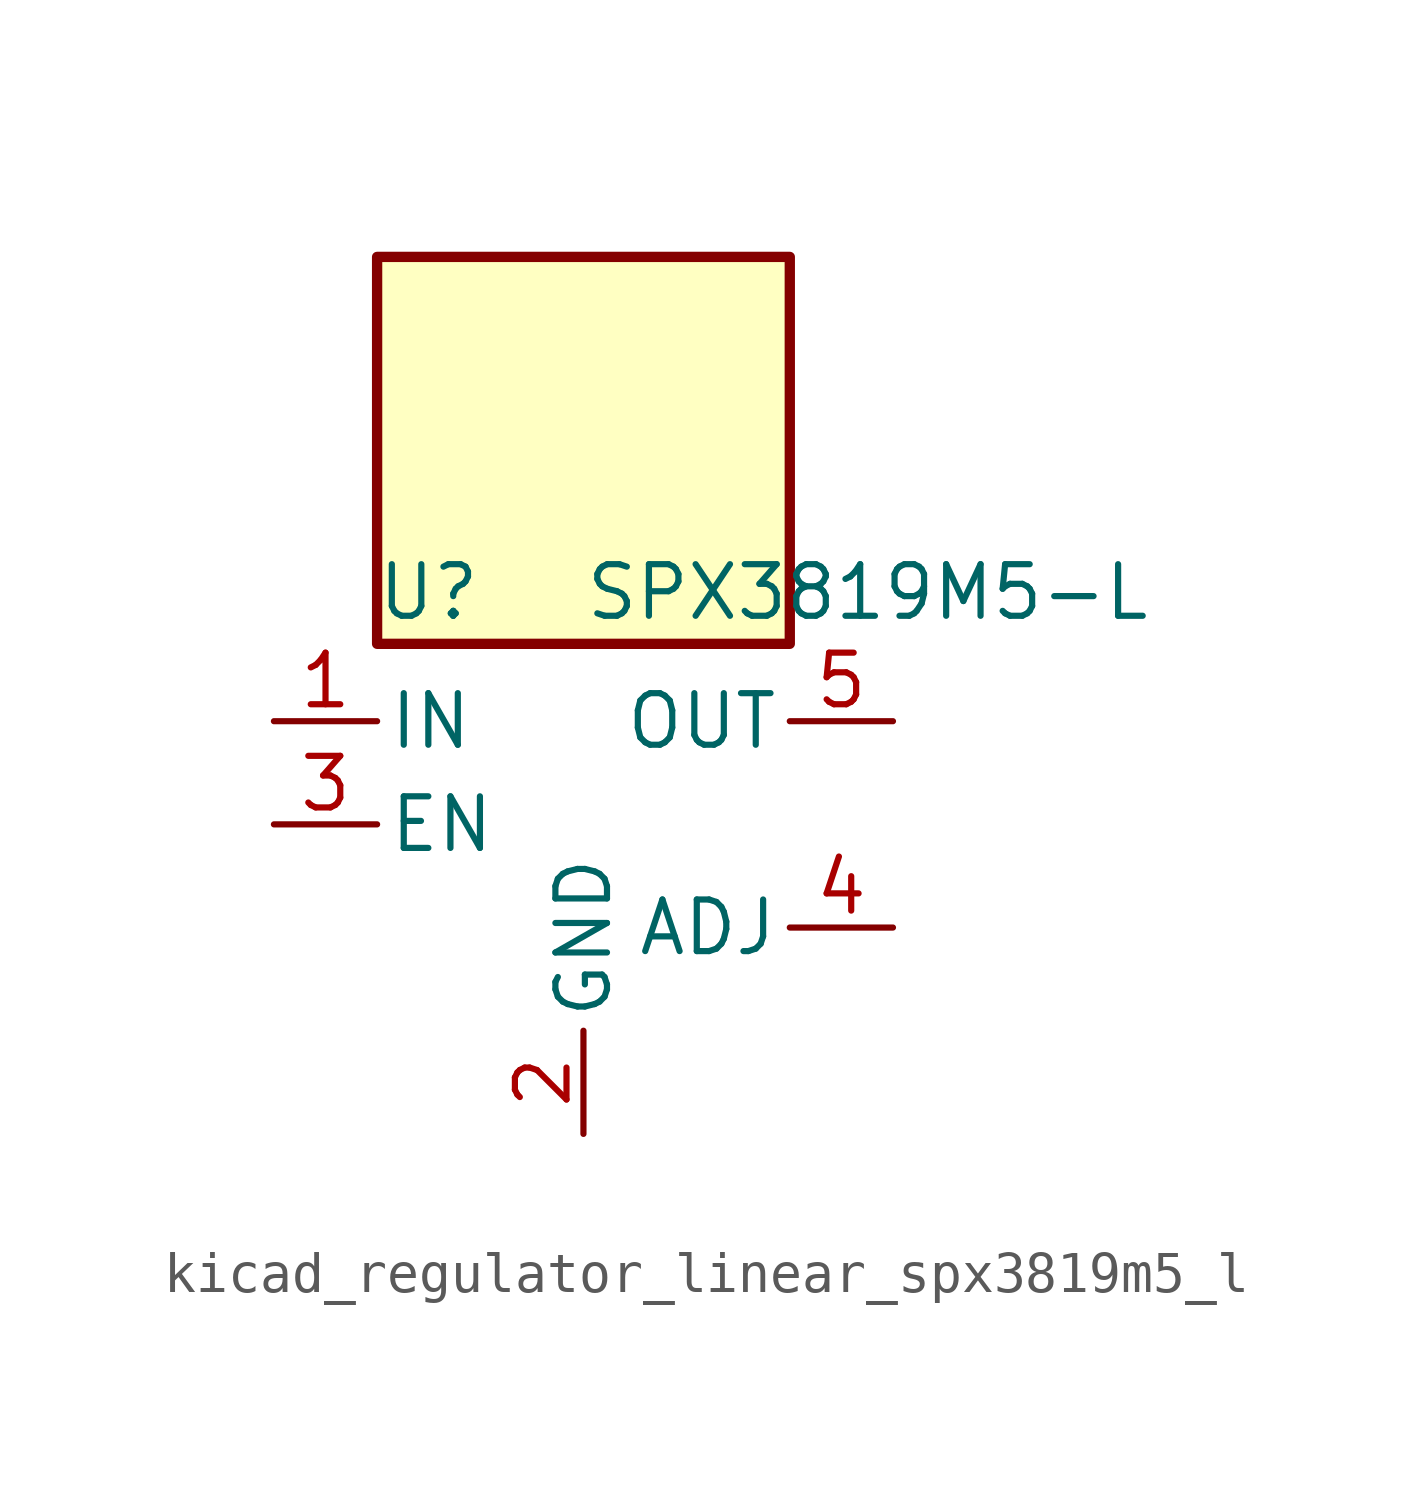
<source format=kicad_sym>
(kicad_symbol_lib
  (version 20220914)
  (generator kicad_symbol_editor)
  (symbol "kicad_regulator_linear_spx3819m5_l"
    (pin_names
      (offset 0.254))
    (property "Reference" "U"
      (at -3.81 5.715 0)
      (effects (font (size 1.27 1.27))))
    (property "Value" "SPX3819M5-L"
      (at 0 5.715 0)
      (effects (font (size 1.27 1.27)) (justify left)))
    (symbol "kicad_regulator_linear_spx3819m5_l_0_1"
      (rectangle (start 5.08 13.97) (end -5.08 4.445) (stroke (width 0.254) (type default)) (fill (type background))))
    (symbol "kicad_regulator_linear_spx3819m5_l_1_1"
      (pin power_in line (at -7.62 2.54 0) (length 2.54) (name "IN" (effects (font (size 1.27 1.27)))) (number "1" (effects (font (size 1.27 1.27)))))
      (pin power_in line (at 0 -7.62 90) (length 2.54) (name "GND" (effects (font (size 1.27 1.27)))) (number "2" (effects (font (size 1.27 1.27)))))
      (pin input line (at -7.62 0 0) (length 2.54) (name "EN" (effects (font (size 1.27 1.27)))) (number "3" (effects (font (size 1.27 1.27)))))
      (pin input line (at 7.62 -2.54 180) (length 2.54) (name "ADJ" (effects (font (size 1.27 1.27)))) (number "4" (effects (font (size 1.27 1.27)))))
      (pin power_out line (at 7.62 2.54 180) (length 2.54) (name "OUT" (effects (font (size 1.27 1.27)))) (number "5" (effects (font (size 1.27 1.27))))))))
</source>
